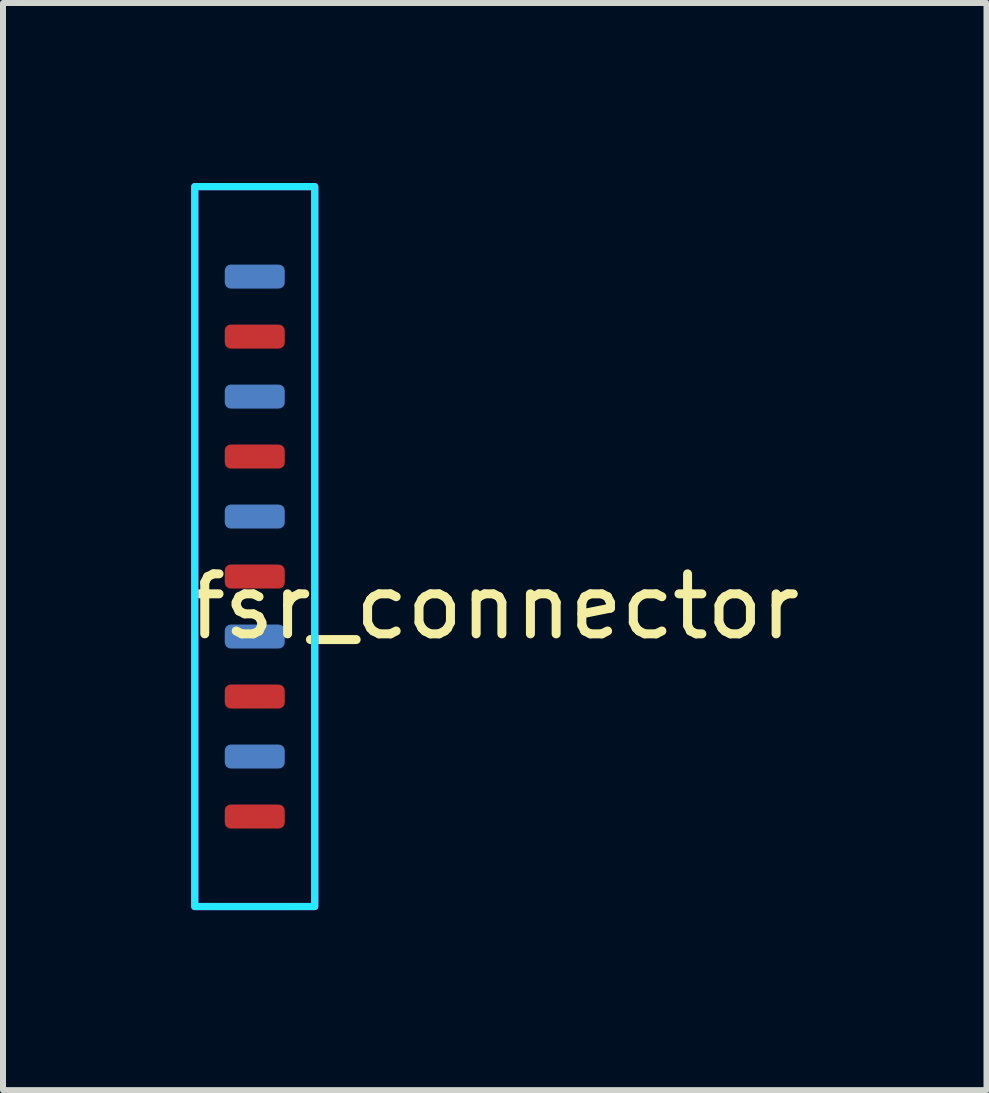
<source format=kicad_pcb>
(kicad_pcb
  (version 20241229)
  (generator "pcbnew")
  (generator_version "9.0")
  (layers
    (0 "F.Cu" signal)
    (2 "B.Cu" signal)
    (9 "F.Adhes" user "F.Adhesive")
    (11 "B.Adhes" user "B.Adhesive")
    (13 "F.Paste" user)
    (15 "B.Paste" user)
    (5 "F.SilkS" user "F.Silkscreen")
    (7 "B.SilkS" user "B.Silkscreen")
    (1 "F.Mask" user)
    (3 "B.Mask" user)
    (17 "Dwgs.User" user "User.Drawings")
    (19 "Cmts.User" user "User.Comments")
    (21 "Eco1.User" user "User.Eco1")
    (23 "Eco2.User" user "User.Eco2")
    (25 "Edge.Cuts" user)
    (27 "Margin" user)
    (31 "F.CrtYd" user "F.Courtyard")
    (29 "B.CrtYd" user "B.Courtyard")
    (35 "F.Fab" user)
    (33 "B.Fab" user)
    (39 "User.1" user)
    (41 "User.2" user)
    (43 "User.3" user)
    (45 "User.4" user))
  (footprint "fsr_connector"
    (layer "F.Cu")
    (at 2.196 7.56)
    (property "Reference" "fsr_connector" (at 3 -0.5 0) (unlocked yes) (layer "F.SilkS") (effects (font (size 1 1) (thickness 0.15))))
    (attr smd)
    (fp_rect (start -2 -7.5) (end 0 4.5) (stroke (width 0.12) (type default)) (fill no) (layer "B.CrtYd"))
    (fp_rect (start -2 -7.5) (end 0 4.5) (stroke (width 0.12) (type default)) (fill no) (layer "F.CrtYd"))
    (pad "1" smd roundrect (at -1 3) (size 1 0.4) (layers "F.Cu" "F.Mask" "F.Paste") (roundrect_rratio 0.25))
    (pad "2" smd roundrect (at -1 2) (size 1 0.4) (layers "B.Cu" "B.Mask" "B.Paste") (roundrect_rratio 0.25))
    (pad "3" smd roundrect (at -1 1) (size 1 0.4) (layers "F.Cu" "F.Mask" "F.Paste") (roundrect_rratio 0.25))
    (pad "4" smd roundrect (at -1 0) (size 1 0.4) (layers "B.Cu" "B.Mask" "B.Paste") (roundrect_rratio 0.25))
    (pad "5" connect roundrect (at -1 -1) (size 1 0.4) (layers "F.Cu" "F.Mask") (roundrect_rratio 0.25))
    (pad "6" smd roundrect (at -1 -2) (size 1 0.4) (layers "B.Cu" "B.Mask" "B.Paste") (roundrect_rratio 0.25))
    (pad "7" smd roundrect (at -1 -3) (size 1 0.4) (layers "F.Cu" "F.Mask" "F.Paste") (roundrect_rratio 0.25))
    (pad "8" smd roundrect (at -1 -4) (size 1 0.4) (layers "B.Cu" "B.Mask" "B.Paste") (roundrect_rratio 0.25))
    (pad "9" smd roundrect (at -1 -5) (size 1 0.4) (layers "F.Cu" "F.Mask" "F.Paste") (roundrect_rratio 0.25))
    (pad "10" smd roundrect (at -1 -6) (size 1 0.4) (layers "B.Cu" "B.Mask" "B.Paste") (roundrect_rratio 0.25)))
  (gr_rect
    (start -3 -3)
    (end 13.393 15.12)
    (stroke (width 0.1) (type default))
    (fill no)
    (layer "Edge.Cuts")))
</source>
